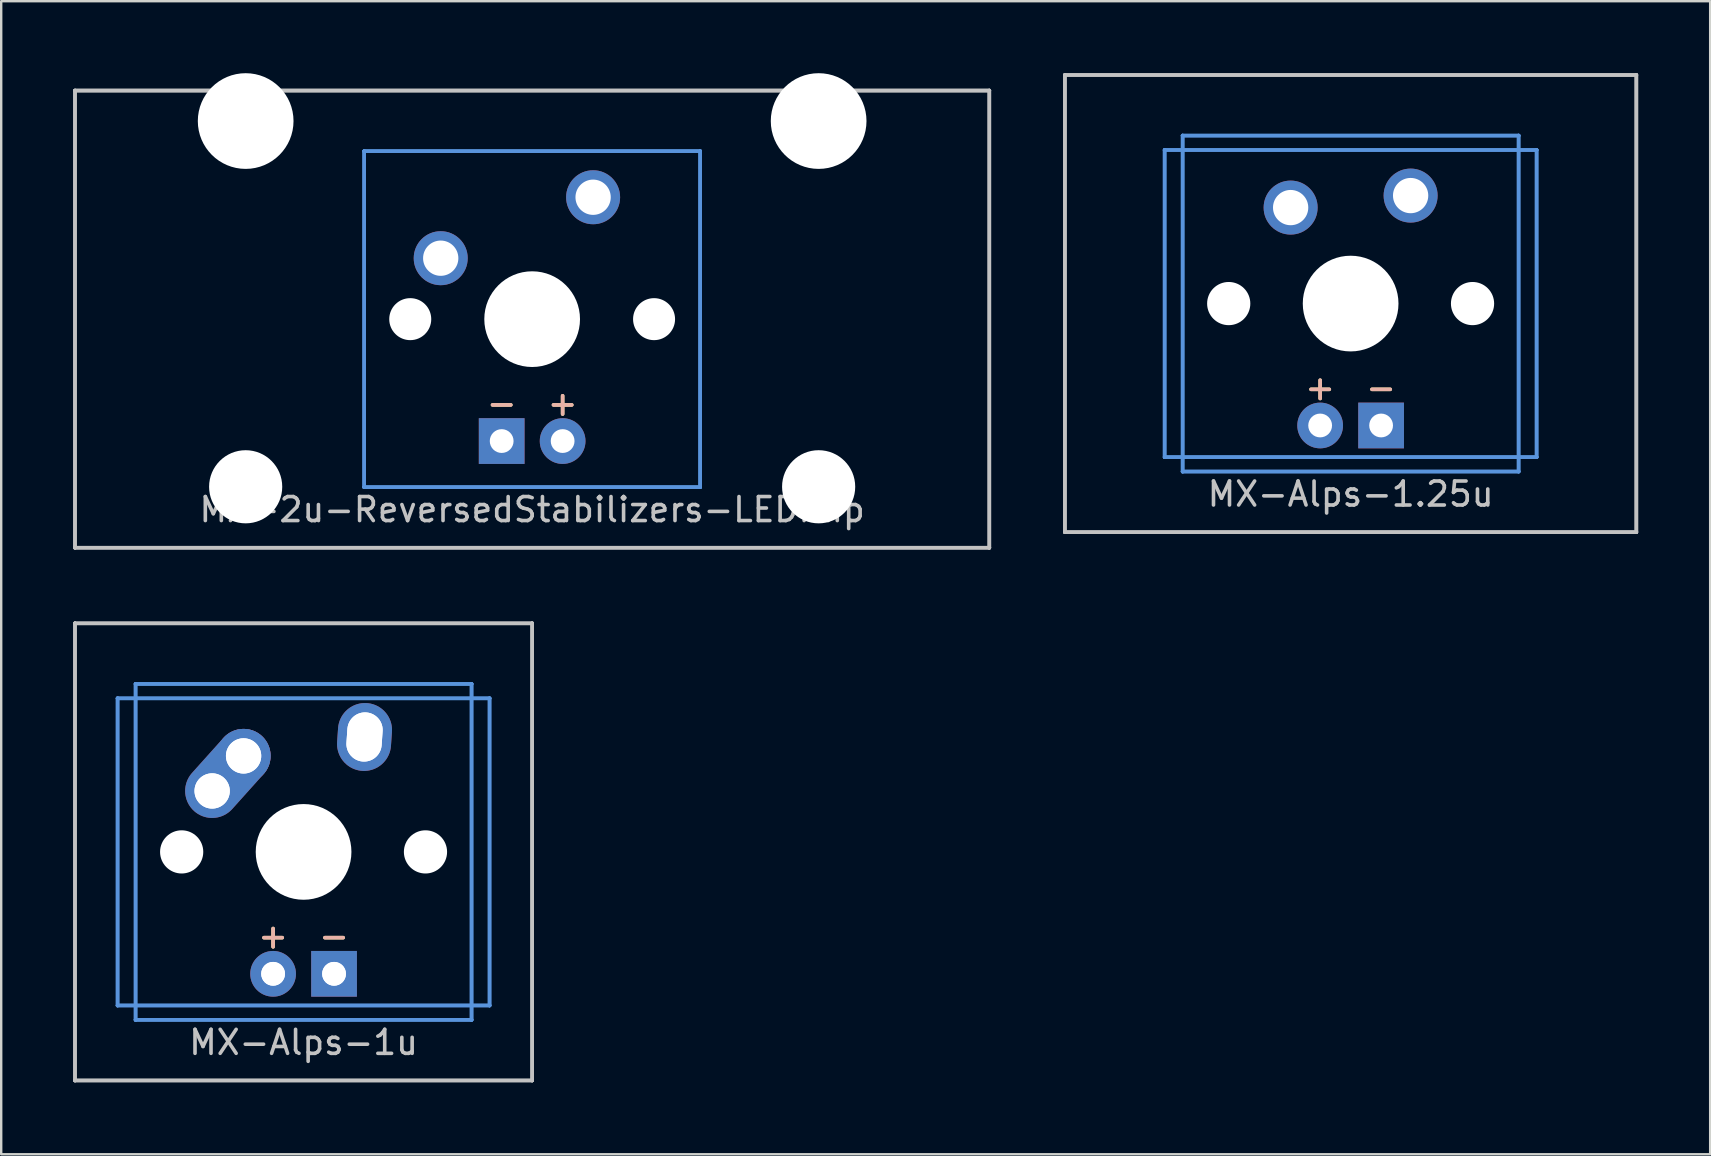
<source format=kicad_pcb>
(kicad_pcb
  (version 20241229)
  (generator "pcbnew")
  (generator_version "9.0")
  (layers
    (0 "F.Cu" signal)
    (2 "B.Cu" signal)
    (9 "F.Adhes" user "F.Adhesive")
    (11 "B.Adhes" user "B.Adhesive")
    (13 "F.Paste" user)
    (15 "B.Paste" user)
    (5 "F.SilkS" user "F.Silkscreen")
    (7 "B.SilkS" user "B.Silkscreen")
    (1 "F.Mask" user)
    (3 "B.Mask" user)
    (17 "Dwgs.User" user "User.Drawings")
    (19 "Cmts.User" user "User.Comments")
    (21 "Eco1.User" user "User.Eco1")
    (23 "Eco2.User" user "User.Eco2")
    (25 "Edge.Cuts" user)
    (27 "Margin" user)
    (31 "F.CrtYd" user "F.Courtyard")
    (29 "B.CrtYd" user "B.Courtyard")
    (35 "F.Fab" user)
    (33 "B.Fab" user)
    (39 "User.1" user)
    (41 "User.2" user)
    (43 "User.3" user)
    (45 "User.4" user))
  (footprint "MX-2u-ReversedStabilizers-LEDFlip"
    (layer "F.Cu")
    (at 19.125 10.249)
    (property "Reference" "MX-2u-ReversedStabilizers-LEDFlip" (at 0 7.938 0) (layer "Dwgs.User") (effects (font (size 1 1) (thickness 0.15))))
    (attr through_hole)
    (fp_line (start -19.05 -9.525) (end -19.05 -9.525) (stroke (width 0.15) (type solid)) (layer "Dwgs.User"))
    (fp_line (start -19.05 -9.525) (end -19.05 -9.525) (stroke (width 0.15) (type solid)) (layer "Dwgs.User"))
    (fp_line (start -19.05 -9.525) (end -19.05 9.525) (stroke (width 0.15) (type solid)) (layer "Dwgs.User"))
    (fp_line (start -19.05 -9.525) (end 19.05 -9.525) (stroke (width 0.15) (type solid)) (layer "Dwgs.User"))
    (fp_line (start -19.05 9.525) (end -19.05 -9.525) (stroke (width 0.15) (type solid)) (layer "Dwgs.User"))
    (fp_line (start -19.05 9.525) (end -19.05 9.525) (stroke (width 0.15) (type solid)) (layer "Dwgs.User"))
    (fp_line (start -19.05 9.525) (end -19.05 9.525) (stroke (width 0.15) (type solid)) (layer "Dwgs.User"))
    (fp_line (start -19.05 9.525) (end 19.05 9.525) (stroke (width 0.15) (type solid)) (layer "Dwgs.User"))
    (fp_line (start 19.05 -9.525) (end -19.05 -9.525) (stroke (width 0.15) (type solid)) (layer "Dwgs.User"))
    (fp_line (start 19.05 -9.525) (end 19.05 -9.525) (stroke (width 0.15) (type solid)) (layer "Dwgs.User"))
    (fp_line (start 19.05 -9.525) (end 19.05 -9.525) (stroke (width 0.15) (type solid)) (layer "Dwgs.User"))
    (fp_line (start 19.05 -9.525) (end 19.05 9.525) (stroke (width 0.15) (type solid)) (layer "Dwgs.User"))
    (fp_line (start 19.05 9.525) (end -19.05 9.525) (stroke (width 0.15) (type solid)) (layer "Dwgs.User"))
    (fp_line (start 19.05 9.525) (end 19.05 -9.525) (stroke (width 0.15) (type solid)) (layer "Dwgs.User"))
    (fp_line (start 19.05 9.525) (end 19.05 9.525) (stroke (width 0.15) (type solid)) (layer "Dwgs.User"))
    (fp_line (start 19.05 9.525) (end 19.05 9.525) (stroke (width 0.15) (type solid)) (layer "Dwgs.User"))
    (fp_line (start -7 -7) (end -7 -7) (stroke (width 0.15) (type solid)) (layer "Cmts.User"))
    (fp_line (start -7 -7) (end -7 -7) (stroke (width 0.15) (type solid)) (layer "Cmts.User"))
    (fp_line (start -7 -7) (end -7 7) (stroke (width 0.15) (type solid)) (layer "Cmts.User"))
    (fp_line (start -7 -7) (end 7 -7) (stroke (width 0.15) (type solid)) (layer "Cmts.User"))
    (fp_line (start -7 7) (end -7 -7) (stroke (width 0.15) (type solid)) (layer "Cmts.User"))
    (fp_line (start -7 7) (end -7 7) (stroke (width 0.15) (type solid)) (layer "Cmts.User"))
    (fp_line (start -7 7) (end -7 7) (stroke (width 0.15) (type solid)) (layer "Cmts.User"))
    (fp_line (start -7 7) (end 7 7) (stroke (width 0.15) (type solid)) (layer "Cmts.User"))
    (fp_line (start 7 -7) (end -7 -7) (stroke (width 0.15) (type solid)) (layer "Cmts.User"))
    (fp_line (start 7 -7) (end 7 -7) (stroke (width 0.15) (type solid)) (layer "Cmts.User"))
    (fp_line (start 7 -7) (end 7 -7) (stroke (width 0.15) (type solid)) (layer "Cmts.User"))
    (fp_line (start 7 -7) (end 7 7) (stroke (width 0.15) (type solid)) (layer "Cmts.User"))
    (fp_line (start 7 7) (end -7 7) (stroke (width 0.15) (type solid)) (layer "Cmts.User"))
    (fp_line (start 7 7) (end 7 -7) (stroke (width 0.15) (type solid)) (layer "Cmts.User"))
    (fp_line (start 7 7) (end 7 7) (stroke (width 0.15) (type solid)) (layer "Cmts.User"))
    (fp_line (start 7 7) (end 7 7) (stroke (width 0.15) (type solid)) (layer "Cmts.User"))
    (fp_text user "-" (at -1.27 3.5 0) (layer "F.SilkS") (effects (font (size 1 1) (thickness 0.15))))
    (fp_text user "+" (at 1.27 3.5 0) (layer "F.SilkS") (effects (font (size 1 1) (thickness 0.15))))
    (fp_text user "+" (at 1.27 3.5 0) (layer "B.SilkS") (effects (font (size 1 1) (thickness 0.15))))
    (fp_text user "-" (at -1.27 3.5 0) (layer "B.SilkS") (effects (font (size 1 1) (thickness 0.15))))
    (pad "" np_thru_hole circle (at -11.938 -8.255) (size 3.988 3.988) (drill 3.988) (layers "*.Cu" "*.Mask"))
    (pad "" np_thru_hole circle (at -11.938 6.985) (size 3.048 3.048) (drill 3.048) (layers "*.Cu" "*.Mask"))
    (pad "" np_thru_hole circle (at -5.08 0) (size 1.75 1.75) (drill 1.75) (layers "*.Cu" "*.Mask"))
    (pad "" np_thru_hole circle (at 0 0) (size 3.988 3.988) (drill 3.988) (layers "*.Cu" "*.Mask"))
    (pad "" np_thru_hole circle (at 5.08 0) (size 1.75 1.75) (drill 1.75) (layers "*.Cu" "*.Mask"))
    (pad "" np_thru_hole circle (at 11.938 -8.255) (size 3.988 3.988) (drill 3.988) (layers "*.Cu" "*.Mask"))
    (pad "" np_thru_hole circle (at 11.938 6.985) (size 3.048 3.048) (drill 3.048) (layers "*.Cu" "*.Mask"))
    (pad "1" thru_hole circle (at -3.81 -2.54) (size 2.25 2.25) (drill 1.47) (layers "*.Cu" "*.Mask"))
    (pad "2" thru_hole circle (at 2.54 -5.08) (size 2.25 2.25) (drill 1.47) (layers "*.Cu" "*.Mask"))
    (pad "3" thru_hole circle (at 1.27 5.08) (size 1.905 1.905) (drill 0.991) (layers "*.Cu" "*.Mask"))
    (pad "4" thru_hole rect (at -1.27 5.08) (size 1.905 1.905) (drill 0.991) (layers "*.Cu" "*.Mask")))
  (footprint "MX-Alps-1.25u"
    (layer "F.Cu")
    (at 53.231 9.6)
    (property "Reference" "MX-Alps-1.25u" (at 0 7.938 0) (layer "Dwgs.User") (effects (font (size 1 1) (thickness 0.15))))
    (attr through_hole)
    (fp_line (start -11.906 -9.525) (end -11.906 -9.525) (stroke (width 0.15) (type solid)) (layer "Dwgs.User"))
    (fp_line (start -11.906 -9.525) (end -11.906 -9.525) (stroke (width 0.15) (type solid)) (layer "Dwgs.User"))
    (fp_line (start -11.906 -9.525) (end -11.906 9.525) (stroke (width 0.15) (type solid)) (layer "Dwgs.User"))
    (fp_line (start -11.906 -9.525) (end 11.906 -9.525) (stroke (width 0.15) (type solid)) (layer "Dwgs.User"))
    (fp_line (start -11.906 9.525) (end -11.906 -9.525) (stroke (width 0.15) (type solid)) (layer "Dwgs.User"))
    (fp_line (start -11.906 9.525) (end -11.906 9.525) (stroke (width 0.15) (type solid)) (layer "Dwgs.User"))
    (fp_line (start -11.906 9.525) (end -11.906 9.525) (stroke (width 0.15) (type solid)) (layer "Dwgs.User"))
    (fp_line (start -11.906 9.525) (end 11.906 9.525) (stroke (width 0.15) (type solid)) (layer "Dwgs.User"))
    (fp_line (start 11.906 -9.525) (end -11.906 -9.525) (stroke (width 0.15) (type solid)) (layer "Dwgs.User"))
    (fp_line (start 11.906 -9.525) (end 11.906 -9.525) (stroke (width 0.15) (type solid)) (layer "Dwgs.User"))
    (fp_line (start 11.906 -9.525) (end 11.906 -9.525) (stroke (width 0.15) (type solid)) (layer "Dwgs.User"))
    (fp_line (start 11.906 -9.525) (end 11.906 9.525) (stroke (width 0.15) (type solid)) (layer "Dwgs.User"))
    (fp_line (start 11.906 9.525) (end -11.906 9.525) (stroke (width 0.15) (type solid)) (layer "Dwgs.User"))
    (fp_line (start 11.906 9.525) (end 11.906 -9.525) (stroke (width 0.15) (type solid)) (layer "Dwgs.User"))
    (fp_line (start 11.906 9.525) (end 11.906 9.525) (stroke (width 0.15) (type solid)) (layer "Dwgs.User"))
    (fp_line (start 11.906 9.525) (end 11.906 9.525) (stroke (width 0.15) (type solid)) (layer "Dwgs.User"))
    (fp_line (start -7.75 -6.4) (end -7.75 -6.4) (stroke (width 0.15) (type solid)) (layer "Cmts.User"))
    (fp_line (start -7.75 -6.4) (end -7.75 -6.4) (stroke (width 0.15) (type solid)) (layer "Cmts.User"))
    (fp_line (start -7.75 -6.4) (end -7.75 6.4) (stroke (width 0.15) (type solid)) (layer "Cmts.User"))
    (fp_line (start -7.75 -6.4) (end 7.75 -6.4) (stroke (width 0.15) (type solid)) (layer "Cmts.User"))
    (fp_line (start -7.75 6.4) (end -7.75 -6.4) (stroke (width 0.15) (type solid)) (layer "Cmts.User"))
    (fp_line (start -7.75 6.4) (end -7.75 6.4) (stroke (width 0.15) (type solid)) (layer "Cmts.User"))
    (fp_line (start -7.75 6.4) (end -7.75 6.4) (stroke (width 0.15) (type solid)) (layer "Cmts.User"))
    (fp_line (start -7.75 6.4) (end 7.75 6.4) (stroke (width 0.15) (type solid)) (layer "Cmts.User"))
    (fp_line (start -7 -7) (end -7 -7) (stroke (width 0.15) (type solid)) (layer "Cmts.User"))
    (fp_line (start -7 -7) (end -7 -7) (stroke (width 0.15) (type solid)) (layer "Cmts.User"))
    (fp_line (start -7 -7) (end -7 7) (stroke (width 0.15) (type solid)) (layer "Cmts.User"))
    (fp_line (start -7 -7) (end 7 -7) (stroke (width 0.15) (type solid)) (layer "Cmts.User"))
    (fp_line (start -7 7) (end -7 -7) (stroke (width 0.15) (type solid)) (layer "Cmts.User"))
    (fp_line (start -7 7) (end -7 7) (stroke (width 0.15) (type solid)) (layer "Cmts.User"))
    (fp_line (start -7 7) (end -7 7) (stroke (width 0.15) (type solid)) (layer "Cmts.User"))
    (fp_line (start -7 7) (end 7 7) (stroke (width 0.15) (type solid)) (layer "Cmts.User"))
    (fp_line (start 7 -7) (end -7 -7) (stroke (width 0.15) (type solid)) (layer "Cmts.User"))
    (fp_line (start 7 -7) (end 7 -7) (stroke (width 0.15) (type solid)) (layer "Cmts.User"))
    (fp_line (start 7 -7) (end 7 -7) (stroke (width 0.15) (type solid)) (layer "Cmts.User"))
    (fp_line (start 7 -7) (end 7 7) (stroke (width 0.15) (type solid)) (layer "Cmts.User"))
    (fp_line (start 7 7) (end -7 7) (stroke (width 0.15) (type solid)) (layer "Cmts.User"))
    (fp_line (start 7 7) (end 7 -7) (stroke (width 0.15) (type solid)) (layer "Cmts.User"))
    (fp_line (start 7 7) (end 7 7) (stroke (width 0.15) (type solid)) (layer "Cmts.User"))
    (fp_line (start 7 7) (end 7 7) (stroke (width 0.15) (type solid)) (layer "Cmts.User"))
    (fp_line (start 7.75 -6.4) (end -7.75 -6.4) (stroke (width 0.15) (type solid)) (layer "Cmts.User"))
    (fp_line (start 7.75 -6.4) (end 7.75 -6.4) (stroke (width 0.15) (type solid)) (layer "Cmts.User"))
    (fp_line (start 7.75 -6.4) (end 7.75 -6.4) (stroke (width 0.15) (type solid)) (layer "Cmts.User"))
    (fp_line (start 7.75 -6.4) (end 7.75 6.4) (stroke (width 0.15) (type solid)) (layer "Cmts.User"))
    (fp_line (start 7.75 6.4) (end -7.75 6.4) (stroke (width 0.15) (type solid)) (layer "Cmts.User"))
    (fp_line (start 7.75 6.4) (end 7.75 -6.4) (stroke (width 0.15) (type solid)) (layer "Cmts.User"))
    (fp_line (start 7.75 6.4) (end 7.75 6.4) (stroke (width 0.15) (type solid)) (layer "Cmts.User"))
    (fp_line (start 7.75 6.4) (end 7.75 6.4) (stroke (width 0.15) (type solid)) (layer "Cmts.User"))
    (fp_text user "+" (at -1.27 3.5 0) (layer "F.SilkS") (effects (font (size 1 1) (thickness 0.15))))
    (fp_text user "-" (at 1.27 3.5 0) (layer "F.SilkS") (effects (font (size 1 1) (thickness 0.15))))
    (fp_text user "-" (at 1.27 3.5 0) (layer "B.SilkS") (effects (font (size 1 1) (thickness 0.15))))
    (fp_text user "+" (at -1.27 3.5 0) (layer "B.SilkS") (effects (font (size 1 1) (thickness 0.15))))
    (pad "" np_thru_hole circle (at -5.08 0) (size 1.8 1.8) (drill 1.8) (layers "*.Cu" "*.Mask"))
    (pad "" np_thru_hole circle (at 0 0) (size 3.988 3.988) (drill 3.988) (layers "*.Cu" "*.Mask"))
    (pad "" np_thru_hole circle (at 5.08 0) (size 1.8 1.8) (drill 1.8) (layers "*.Cu" "*.Mask"))
    (pad "1" thru_hole circle (at -2.5 -4) (size 2.25 2.25) (drill 1.47) (layers "*.Cu" "*.Mask"))
    (pad "2" thru_hole circle (at 2.5 -4.5) (size 2.25 2.25) (drill 1.47) (layers "*.Cu" "*.Mask"))
    (pad "3" thru_hole circle (at -1.27 5.08) (size 1.905 1.905) (drill 0.991) (layers "*.Cu" "*.Mask"))
    (pad "4" thru_hole rect (at 1.27 5.08) (size 1.905 1.905) (drill 0.991) (layers "*.Cu" "*.Mask")))
  (footprint "MX-Alps-1u"
    (layer "F.Cu")
    (at 9.6 32.449)
    (property "Reference" "MX-Alps-1u" (at 0 7.938 0) (layer "Dwgs.User") (effects (font (size 1 1) (thickness 0.15))))
    (attr through_hole)
    (fp_line (start -9.525 -9.525) (end -9.525 -9.525) (stroke (width 0.15) (type solid)) (layer "Dwgs.User"))
    (fp_line (start -9.525 -9.525) (end -9.525 -9.525) (stroke (width 0.15) (type solid)) (layer "Dwgs.User"))
    (fp_line (start -9.525 -9.525) (end -9.525 9.525) (stroke (width 0.15) (type solid)) (layer "Dwgs.User"))
    (fp_line (start -9.525 -9.525) (end 9.525 -9.525) (stroke (width 0.15) (type solid)) (layer "Dwgs.User"))
    (fp_line (start -9.525 9.525) (end -9.525 -9.525) (stroke (width 0.15) (type solid)) (layer "Dwgs.User"))
    (fp_line (start -9.525 9.525) (end -9.525 9.525) (stroke (width 0.15) (type solid)) (layer "Dwgs.User"))
    (fp_line (start -9.525 9.525) (end -9.525 9.525) (stroke (width 0.15) (type solid)) (layer "Dwgs.User"))
    (fp_line (start -9.525 9.525) (end 9.525 9.525) (stroke (width 0.15) (type solid)) (layer "Dwgs.User"))
    (fp_line (start 9.525 -9.525) (end -9.525 -9.525) (stroke (width 0.15) (type solid)) (layer "Dwgs.User"))
    (fp_line (start 9.525 -9.525) (end 9.525 -9.525) (stroke (width 0.15) (type solid)) (layer "Dwgs.User"))
    (fp_line (start 9.525 -9.525) (end 9.525 -9.525) (stroke (width 0.15) (type solid)) (layer "Dwgs.User"))
    (fp_line (start 9.525 -9.525) (end 9.525 9.525) (stroke (width 0.15) (type solid)) (layer "Dwgs.User"))
    (fp_line (start 9.525 9.525) (end -9.525 9.525) (stroke (width 0.15) (type solid)) (layer "Dwgs.User"))
    (fp_line (start 9.525 9.525) (end 9.525 -9.525) (stroke (width 0.15) (type solid)) (layer "Dwgs.User"))
    (fp_line (start 9.525 9.525) (end 9.525 9.525) (stroke (width 0.15) (type solid)) (layer "Dwgs.User"))
    (fp_line (start 9.525 9.525) (end 9.525 9.525) (stroke (width 0.15) (type solid)) (layer "Dwgs.User"))
    (fp_line (start -7.75 -6.4) (end -7.75 -6.4) (stroke (width 0.15) (type solid)) (layer "Cmts.User"))
    (fp_line (start -7.75 -6.4) (end -7.75 -6.4) (stroke (width 0.15) (type solid)) (layer "Cmts.User"))
    (fp_line (start -7.75 -6.4) (end -7.75 6.4) (stroke (width 0.15) (type solid)) (layer "Cmts.User"))
    (fp_line (start -7.75 -6.4) (end 7.75 -6.4) (stroke (width 0.15) (type solid)) (layer "Cmts.User"))
    (fp_line (start -7.75 6.4) (end -7.75 -6.4) (stroke (width 0.15) (type solid)) (layer "Cmts.User"))
    (fp_line (start -7.75 6.4) (end -7.75 6.4) (stroke (width 0.15) (type solid)) (layer "Cmts.User"))
    (fp_line (start -7.75 6.4) (end -7.75 6.4) (stroke (width 0.15) (type solid)) (layer "Cmts.User"))
    (fp_line (start -7.75 6.4) (end 7.75 6.4) (stroke (width 0.15) (type solid)) (layer "Cmts.User"))
    (fp_line (start -7 -7) (end -7 -7) (stroke (width 0.15) (type solid)) (layer "Cmts.User"))
    (fp_line (start -7 -7) (end -7 -7) (stroke (width 0.15) (type solid)) (layer "Cmts.User"))
    (fp_line (start -7 -7) (end -7 7) (stroke (width 0.15) (type solid)) (layer "Cmts.User"))
    (fp_line (start -7 -7) (end 7 -7) (stroke (width 0.15) (type solid)) (layer "Cmts.User"))
    (fp_line (start -7 7) (end -7 -7) (stroke (width 0.15) (type solid)) (layer "Cmts.User"))
    (fp_line (start -7 7) (end -7 7) (stroke (width 0.15) (type solid)) (layer "Cmts.User"))
    (fp_line (start -7 7) (end -7 7) (stroke (width 0.15) (type solid)) (layer "Cmts.User"))
    (fp_line (start -7 7) (end 7 7) (stroke (width 0.15) (type solid)) (layer "Cmts.User"))
    (fp_line (start 7 -7) (end -7 -7) (stroke (width 0.15) (type solid)) (layer "Cmts.User"))
    (fp_line (start 7 -7) (end 7 -7) (stroke (width 0.15) (type solid)) (layer "Cmts.User"))
    (fp_line (start 7 -7) (end 7 -7) (stroke (width 0.15) (type solid)) (layer "Cmts.User"))
    (fp_line (start 7 -7) (end 7 7) (stroke (width 0.15) (type solid)) (layer "Cmts.User"))
    (fp_line (start 7 7) (end -7 7) (stroke (width 0.15) (type solid)) (layer "Cmts.User"))
    (fp_line (start 7 7) (end 7 -7) (stroke (width 0.15) (type solid)) (layer "Cmts.User"))
    (fp_line (start 7 7) (end 7 7) (stroke (width 0.15) (type solid)) (layer "Cmts.User"))
    (fp_line (start 7 7) (end 7 7) (stroke (width 0.15) (type solid)) (layer "Cmts.User"))
    (fp_line (start 7.75 -6.4) (end -7.75 -6.4) (stroke (width 0.15) (type solid)) (layer "Cmts.User"))
    (fp_line (start 7.75 -6.4) (end 7.75 -6.4) (stroke (width 0.15) (type solid)) (layer "Cmts.User"))
    (fp_line (start 7.75 -6.4) (end 7.75 -6.4) (stroke (width 0.15) (type solid)) (layer "Cmts.User"))
    (fp_line (start 7.75 -6.4) (end 7.75 6.4) (stroke (width 0.15) (type solid)) (layer "Cmts.User"))
    (fp_line (start 7.75 6.4) (end -7.75 6.4) (stroke (width 0.15) (type solid)) (layer "Cmts.User"))
    (fp_line (start 7.75 6.4) (end 7.75 -6.4) (stroke (width 0.15) (type solid)) (layer "Cmts.User"))
    (fp_line (start 7.75 6.4) (end 7.75 6.4) (stroke (width 0.15) (type solid)) (layer "Cmts.User"))
    (fp_line (start 7.75 6.4) (end 7.75 6.4) (stroke (width 0.15) (type solid)) (layer "Cmts.User"))
    (fp_text user "+" (at -1.27 3.5 0) (layer "F.SilkS") (effects (font (size 1 1) (thickness 0.15))))
    (fp_text user "-" (at 1.27 3.5 0) (layer "F.SilkS") (effects (font (size 1 1) (thickness 0.15))))
    (fp_text user "-" (at 1.27 3.5 0) (layer "B.SilkS") (effects (font (size 1 1) (thickness 0.15))))
    (fp_text user "+" (at -1.27 3.5 0) (layer "B.SilkS") (effects (font (size 1 1) (thickness 0.15))))
    (pad "" np_thru_hole circle (at -5.08 0) (size 1.8 1.8) (drill 1.8) (layers "*.Cu" "*.Mask"))
    (pad "" np_thru_hole circle (at 0 0) (size 3.988 3.988) (drill 3.988) (layers "*.Cu" "*.Mask"))
    (pad "" np_thru_hole circle (at 5.08 0) (size 1.8 1.8) (drill 1.8) (layers "*.Cu" "*.Mask"))
    (pad "1" thru_hole oval (at -3.81 -2.54 318.1) (size 1.57 1.57) (drill 1.47) (layers "*.Cu" "F.Mask"))
    (pad "1" thru_hole oval (at -3.81 -2.54 318.1) (size 2.25 4.212) (drill 1.47 (offset 0 -0.981)) (layers "*.Cu" "B.Mask"))
    (pad "1" thru_hole circle (at -2.5 -4) (size 1.57 1.57) (drill 1.47) (layers "*.Cu" "F.Mask"))
    (pad "1" thru_hole circle (at -2.5 -4) (size 2.25 2.25) (drill 1.47) (layers "*.Cu" "B.Mask"))
    (pad "2" thru_hole oval (at 2.54 -4.789 176) (size 1.57 2.151) (drill oval 1.47 2.051) (layers "*.Cu" "F.Mask"))
    (pad "2" thru_hole oval (at 2.54 -4.789 176) (size 2.25 2.831) (drill oval 1.47 2.051) (layers "*.Cu" "B.Mask"))
    (pad "3" thru_hole circle (at -1.27 5.08) (size 1.091 1.091) (drill 0.991) (layers "*.Cu" "F.Mask"))
    (pad "3" thru_hole circle (at -1.27 5.08) (size 1.905 1.905) (drill 0.991) (layers "*.Cu" "B.Mask"))
    (pad "4" thru_hole circle (at 1.27 5.08) (size 1.091 1.091) (drill 0.991) (layers "*.Cu" "F.Mask"))
    (pad "4" thru_hole rect (at 1.27 5.08) (size 1.905 1.905) (drill 0.991) (layers "*.Cu" "B.Mask")))
  (gr_rect
    (start -3 -3)
    (end 68.213 45.049)
    (stroke (width 0.1) (type default))
    (fill no)
    (layer "Edge.Cuts")))
</source>
